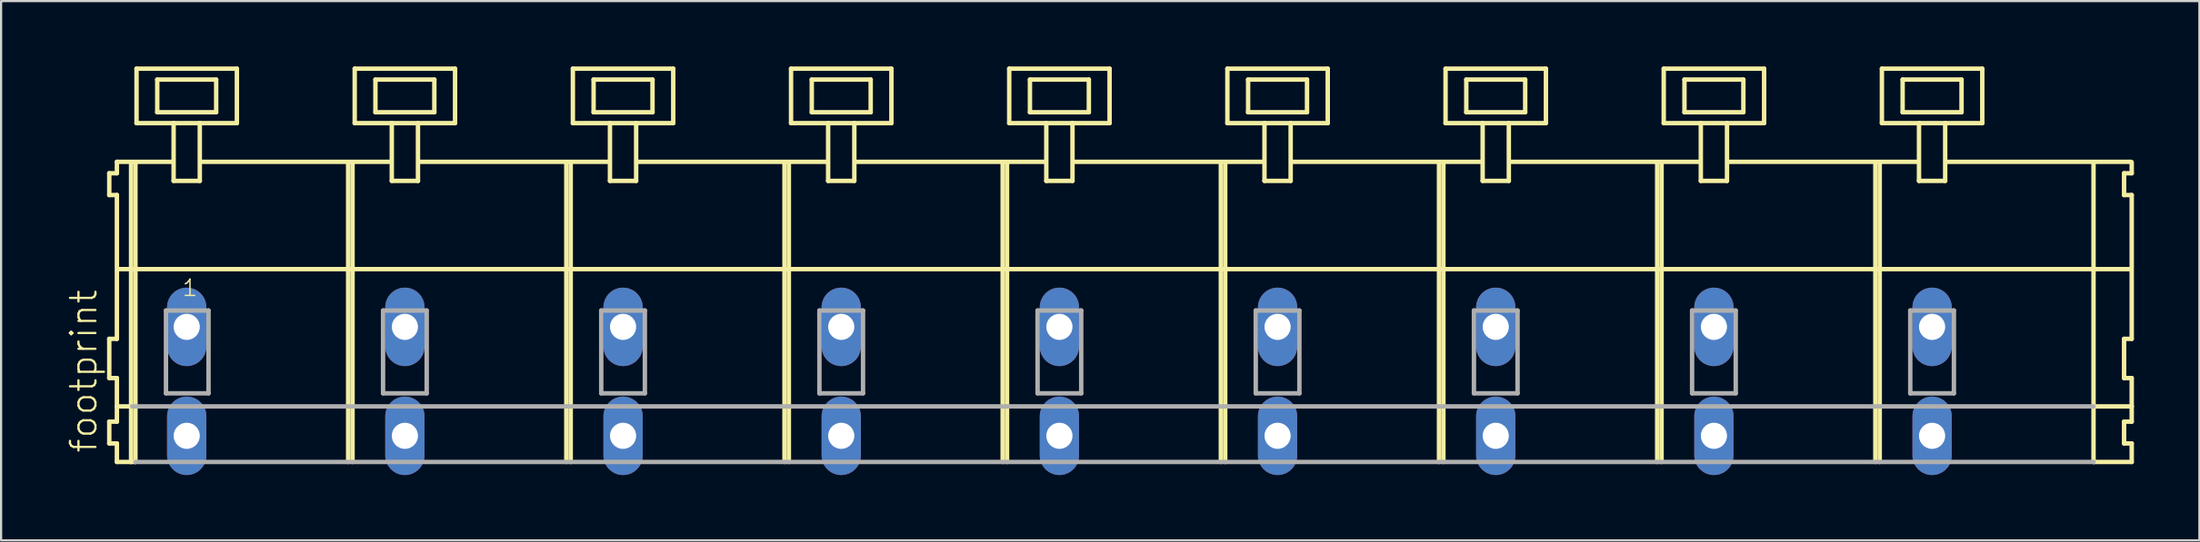
<source format=kicad_pcb>
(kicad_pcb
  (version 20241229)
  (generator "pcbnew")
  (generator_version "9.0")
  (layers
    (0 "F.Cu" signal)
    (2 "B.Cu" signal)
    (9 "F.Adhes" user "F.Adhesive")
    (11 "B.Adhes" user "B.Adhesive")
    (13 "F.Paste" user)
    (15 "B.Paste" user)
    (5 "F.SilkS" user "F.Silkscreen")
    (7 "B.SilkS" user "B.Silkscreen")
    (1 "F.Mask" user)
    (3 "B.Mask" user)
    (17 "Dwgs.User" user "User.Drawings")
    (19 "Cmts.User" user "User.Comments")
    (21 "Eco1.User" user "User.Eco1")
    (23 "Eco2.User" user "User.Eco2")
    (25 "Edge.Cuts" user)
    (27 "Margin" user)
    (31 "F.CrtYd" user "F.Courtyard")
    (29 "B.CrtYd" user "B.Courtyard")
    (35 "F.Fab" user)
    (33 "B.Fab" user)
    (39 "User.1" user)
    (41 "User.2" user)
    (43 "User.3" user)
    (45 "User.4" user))
  (footprint "footprint"
    (layer "F.Cu")
    (at 43.008 11.952)
    (property "Reference" "footprint" (at -41.535 5.855 90) (layer "F.SilkS") (effects (font (size 1.168 1.168) (thickness 0.102)) (justify left bottom)))
    (fp_line (start -41.05 -7.05) (end -41.05 -6.05) (stroke (width 0.203) (type solid)) (layer "F.SilkS"))
    (fp_line (start -41.05 -6.05) (end -40.7 -6.05) (stroke (width 0.203) (type solid)) (layer "F.SilkS"))
    (fp_line (start -41.05 0.55) (end -41.05 2.35) (stroke (width 0.203) (type solid)) (layer "F.SilkS"))
    (fp_line (start -41.05 2.35) (end -40.7 2.35) (stroke (width 0.203) (type solid)) (layer "F.SilkS"))
    (fp_line (start -41.05 4.35) (end -41.05 5.35) (stroke (width 0.203) (type solid)) (layer "F.SilkS"))
    (fp_line (start -41.05 5.35) (end -40.7 5.35) (stroke (width 0.203) (type solid)) (layer "F.SilkS"))
    (fp_line (start -40.7 -7.575) (end -40.7 -7.05) (stroke (width 0.203) (type solid)) (layer "F.SilkS"))
    (fp_line (start -40.7 -7.575) (end -38.125 -7.575) (stroke (width 0.203) (type solid)) (layer "F.SilkS"))
    (fp_line (start -40.7 -7.05) (end -41.05 -7.05) (stroke (width 0.203) (type solid)) (layer "F.SilkS"))
    (fp_line (start -40.7 -6.05) (end -40.7 0.55) (stroke (width 0.203) (type solid)) (layer "F.SilkS"))
    (fp_line (start -40.7 0.55) (end -41.05 0.55) (stroke (width 0.203) (type solid)) (layer "F.SilkS"))
    (fp_line (start -40.7 2.35) (end -40.7 4.35) (stroke (width 0.203) (type solid)) (layer "F.SilkS"))
    (fp_line (start -40.7 3.65) (end -40 3.65) (stroke (width 0.203) (type solid)) (layer "F.SilkS"))
    (fp_line (start -40.7 4.35) (end -41.05 4.35) (stroke (width 0.203) (type solid)) (layer "F.SilkS"))
    (fp_line (start -40.7 5.35) (end -40.7 6.2) (stroke (width 0.203) (type solid)) (layer "F.SilkS"))
    (fp_line (start -40.7 6.2) (end -40.05 6.2) (stroke (width 0.203) (type solid)) (layer "F.SilkS"))
    (fp_line (start -40.65 -2.65) (end 51.6 -2.65) (stroke (width 0.203) (type solid)) (layer "F.SilkS"))
    (fp_line (start -40.05 -7.55) (end -40.05 6.2) (stroke (width 0.203) (type solid)) (layer "F.SilkS"))
    (fp_line (start -40.05 6.2) (end -39.85 6.2) (stroke (width 0.203) (type solid)) (layer "F.SilkS"))
    (fp_line (start -39.85 -7.55) (end -39.85 6.2) (stroke (width 0.203) (type solid)) (layer "F.SilkS"))
    (fp_line (start -39.8 -11.85) (end -39.8 -9.35) (stroke (width 0.203) (type solid)) (layer "F.SilkS"))
    (fp_line (start -39.8 -9.35) (end -38.1 -9.35) (stroke (width 0.203) (type solid)) (layer "F.SilkS"))
    (fp_line (start -38.85 -11.35) (end -38.85 -9.85) (stroke (width 0.203) (type solid)) (layer "F.SilkS"))
    (fp_line (start -38.85 -9.85) (end -36.15 -9.85) (stroke (width 0.203) (type solid)) (layer "F.SilkS"))
    (fp_line (start -38.1 -9.35) (end -38.1 -6.7) (stroke (width 0.203) (type solid)) (layer "F.SilkS"))
    (fp_line (start -38.1 -9.35) (end -36.9 -9.35) (stroke (width 0.203) (type solid)) (layer "F.SilkS"))
    (fp_line (start -38.1 -6.7) (end -36.9 -6.7) (stroke (width 0.203) (type solid)) (layer "F.SilkS"))
    (fp_line (start -36.9 -9.35) (end -35.2 -9.35) (stroke (width 0.203) (type solid)) (layer "F.SilkS"))
    (fp_line (start -36.9 -6.7) (end -36.9 -9.35) (stroke (width 0.203) (type solid)) (layer "F.SilkS"))
    (fp_line (start -36.825 -7.575) (end -28.125 -7.575) (stroke (width 0.203) (type solid)) (layer "F.SilkS"))
    (fp_line (start -36.15 -11.35) (end -38.85 -11.35) (stroke (width 0.203) (type solid)) (layer "F.SilkS"))
    (fp_line (start -36.15 -9.85) (end -36.15 -11.35) (stroke (width 0.203) (type solid)) (layer "F.SilkS"))
    (fp_line (start -35.2 -11.85) (end -39.8 -11.85) (stroke (width 0.203) (type solid)) (layer "F.SilkS"))
    (fp_line (start -35.2 -9.35) (end -35.2 -11.85) (stroke (width 0.203) (type solid)) (layer "F.SilkS"))
    (fp_line (start -30.1 -7.55) (end -30.1 6.2) (stroke (width 0.203) (type solid)) (layer "F.SilkS"))
    (fp_line (start -29.9 -7.55) (end -29.9 6.2) (stroke (width 0.203) (type solid)) (layer "F.SilkS"))
    (fp_line (start -29.8 -11.85) (end -29.8 -9.35) (stroke (width 0.203) (type solid)) (layer "F.SilkS"))
    (fp_line (start -29.8 -9.35) (end -28.1 -9.35) (stroke (width 0.203) (type solid)) (layer "F.SilkS"))
    (fp_line (start -28.85 -11.35) (end -28.85 -9.85) (stroke (width 0.203) (type solid)) (layer "F.SilkS"))
    (fp_line (start -28.85 -9.85) (end -26.15 -9.85) (stroke (width 0.203) (type solid)) (layer "F.SilkS"))
    (fp_line (start -28.1 -9.35) (end -28.1 -6.7) (stroke (width 0.203) (type solid)) (layer "F.SilkS"))
    (fp_line (start -28.1 -9.35) (end -26.9 -9.35) (stroke (width 0.203) (type solid)) (layer "F.SilkS"))
    (fp_line (start -28.1 -6.7) (end -26.9 -6.7) (stroke (width 0.203) (type solid)) (layer "F.SilkS"))
    (fp_line (start -26.9 -9.35) (end -25.2 -9.35) (stroke (width 0.203) (type solid)) (layer "F.SilkS"))
    (fp_line (start -26.9 -6.7) (end -26.9 -9.35) (stroke (width 0.203) (type solid)) (layer "F.SilkS"))
    (fp_line (start -26.825 -7.575) (end -18.125 -7.575) (stroke (width 0.203) (type solid)) (layer "F.SilkS"))
    (fp_line (start -26.15 -11.35) (end -28.85 -11.35) (stroke (width 0.203) (type solid)) (layer "F.SilkS"))
    (fp_line (start -26.15 -9.85) (end -26.15 -11.35) (stroke (width 0.203) (type solid)) (layer "F.SilkS"))
    (fp_line (start -25.2 -11.85) (end -29.8 -11.85) (stroke (width 0.203) (type solid)) (layer "F.SilkS"))
    (fp_line (start -25.2 -9.35) (end -25.2 -11.85) (stroke (width 0.203) (type solid)) (layer "F.SilkS"))
    (fp_line (start -20.1 -7.55) (end -20.1 6.2) (stroke (width 0.203) (type solid)) (layer "F.SilkS"))
    (fp_line (start -19.9 -7.55) (end -19.9 6.2) (stroke (width 0.203) (type solid)) (layer "F.SilkS"))
    (fp_line (start -19.8 -11.85) (end -19.8 -9.35) (stroke (width 0.203) (type solid)) (layer "F.SilkS"))
    (fp_line (start -19.8 -9.35) (end -18.1 -9.35) (stroke (width 0.203) (type solid)) (layer "F.SilkS"))
    (fp_line (start -18.85 -11.35) (end -18.85 -9.85) (stroke (width 0.203) (type solid)) (layer "F.SilkS"))
    (fp_line (start -18.85 -9.85) (end -16.15 -9.85) (stroke (width 0.203) (type solid)) (layer "F.SilkS"))
    (fp_line (start -18.1 -9.35) (end -18.1 -6.7) (stroke (width 0.203) (type solid)) (layer "F.SilkS"))
    (fp_line (start -18.1 -9.35) (end -16.9 -9.35) (stroke (width 0.203) (type solid)) (layer "F.SilkS"))
    (fp_line (start -18.1 -6.7) (end -16.9 -6.7) (stroke (width 0.203) (type solid)) (layer "F.SilkS"))
    (fp_line (start -16.9 -9.35) (end -15.2 -9.35) (stroke (width 0.203) (type solid)) (layer "F.SilkS"))
    (fp_line (start -16.9 -6.7) (end -16.9 -9.35) (stroke (width 0.203) (type solid)) (layer "F.SilkS"))
    (fp_line (start -16.825 -7.575) (end -8.125 -7.575) (stroke (width 0.203) (type solid)) (layer "F.SilkS"))
    (fp_line (start -16.15 -11.35) (end -18.85 -11.35) (stroke (width 0.203) (type solid)) (layer "F.SilkS"))
    (fp_line (start -16.15 -9.85) (end -16.15 -11.35) (stroke (width 0.203) (type solid)) (layer "F.SilkS"))
    (fp_line (start -15.2 -11.85) (end -19.8 -11.85) (stroke (width 0.203) (type solid)) (layer "F.SilkS"))
    (fp_line (start -15.2 -9.35) (end -15.2 -11.85) (stroke (width 0.203) (type solid)) (layer "F.SilkS"))
    (fp_line (start -10.1 -7.55) (end -10.1 6.2) (stroke (width 0.203) (type solid)) (layer "F.SilkS"))
    (fp_line (start -9.9 -7.55) (end -9.9 6.2) (stroke (width 0.203) (type solid)) (layer "F.SilkS"))
    (fp_line (start -9.8 -11.85) (end -9.8 -9.35) (stroke (width 0.203) (type solid)) (layer "F.SilkS"))
    (fp_line (start -9.8 -9.35) (end -8.1 -9.35) (stroke (width 0.203) (type solid)) (layer "F.SilkS"))
    (fp_line (start -8.85 -11.35) (end -8.85 -9.85) (stroke (width 0.203) (type solid)) (layer "F.SilkS"))
    (fp_line (start -8.85 -9.85) (end -6.15 -9.85) (stroke (width 0.203) (type solid)) (layer "F.SilkS"))
    (fp_line (start -8.1 -9.35) (end -8.1 -6.7) (stroke (width 0.203) (type solid)) (layer "F.SilkS"))
    (fp_line (start -8.1 -9.35) (end -6.9 -9.35) (stroke (width 0.203) (type solid)) (layer "F.SilkS"))
    (fp_line (start -8.1 -6.7) (end -6.9 -6.7) (stroke (width 0.203) (type solid)) (layer "F.SilkS"))
    (fp_line (start -6.9 -9.35) (end -5.2 -9.35) (stroke (width 0.203) (type solid)) (layer "F.SilkS"))
    (fp_line (start -6.9 -6.7) (end -6.9 -9.35) (stroke (width 0.203) (type solid)) (layer "F.SilkS"))
    (fp_line (start -6.825 -7.575) (end 1.875 -7.575) (stroke (width 0.203) (type solid)) (layer "F.SilkS"))
    (fp_line (start -6.15 -11.35) (end -8.85 -11.35) (stroke (width 0.203) (type solid)) (layer "F.SilkS"))
    (fp_line (start -6.15 -9.85) (end -6.15 -11.35) (stroke (width 0.203) (type solid)) (layer "F.SilkS"))
    (fp_line (start -5.2 -11.85) (end -9.8 -11.85) (stroke (width 0.203) (type solid)) (layer "F.SilkS"))
    (fp_line (start -5.2 -9.35) (end -5.2 -11.85) (stroke (width 0.203) (type solid)) (layer "F.SilkS"))
    (fp_line (start -0.1 -7.55) (end -0.1 6.2) (stroke (width 0.203) (type solid)) (layer "F.SilkS"))
    (fp_line (start 0.1 -7.55) (end 0.1 6.2) (stroke (width 0.203) (type solid)) (layer "F.SilkS"))
    (fp_line (start 0.2 -11.85) (end 0.2 -9.35) (stroke (width 0.203) (type solid)) (layer "F.SilkS"))
    (fp_line (start 0.2 -9.35) (end 1.9 -9.35) (stroke (width 0.203) (type solid)) (layer "F.SilkS"))
    (fp_line (start 1.15 -11.35) (end 1.15 -9.85) (stroke (width 0.203) (type solid)) (layer "F.SilkS"))
    (fp_line (start 1.15 -9.85) (end 3.85 -9.85) (stroke (width 0.203) (type solid)) (layer "F.SilkS"))
    (fp_line (start 1.9 -9.35) (end 1.9 -6.7) (stroke (width 0.203) (type solid)) (layer "F.SilkS"))
    (fp_line (start 1.9 -9.35) (end 3.1 -9.35) (stroke (width 0.203) (type solid)) (layer "F.SilkS"))
    (fp_line (start 1.9 -6.7) (end 3.1 -6.7) (stroke (width 0.203) (type solid)) (layer "F.SilkS"))
    (fp_line (start 3.1 -9.35) (end 4.8 -9.35) (stroke (width 0.203) (type solid)) (layer "F.SilkS"))
    (fp_line (start 3.1 -6.7) (end 3.1 -9.35) (stroke (width 0.203) (type solid)) (layer "F.SilkS"))
    (fp_line (start 3.175 -7.575) (end 11.875 -7.575) (stroke (width 0.203) (type solid)) (layer "F.SilkS"))
    (fp_line (start 3.85 -11.35) (end 1.15 -11.35) (stroke (width 0.203) (type solid)) (layer "F.SilkS"))
    (fp_line (start 3.85 -9.85) (end 3.85 -11.35) (stroke (width 0.203) (type solid)) (layer "F.SilkS"))
    (fp_line (start 4.8 -11.85) (end 0.2 -11.85) (stroke (width 0.203) (type solid)) (layer "F.SilkS"))
    (fp_line (start 4.8 -9.35) (end 4.8 -11.85) (stroke (width 0.203) (type solid)) (layer "F.SilkS"))
    (fp_line (start 9.9 -7.55) (end 9.9 6.2) (stroke (width 0.203) (type solid)) (layer "F.SilkS"))
    (fp_line (start 10.1 -7.55) (end 10.1 6.2) (stroke (width 0.203) (type solid)) (layer "F.SilkS"))
    (fp_line (start 10.2 -11.85) (end 10.2 -9.35) (stroke (width 0.203) (type solid)) (layer "F.SilkS"))
    (fp_line (start 10.2 -9.35) (end 11.9 -9.35) (stroke (width 0.203) (type solid)) (layer "F.SilkS"))
    (fp_line (start 11.15 -11.35) (end 11.15 -9.85) (stroke (width 0.203) (type solid)) (layer "F.SilkS"))
    (fp_line (start 11.15 -9.85) (end 13.85 -9.85) (stroke (width 0.203) (type solid)) (layer "F.SilkS"))
    (fp_line (start 11.9 -9.35) (end 11.9 -6.7) (stroke (width 0.203) (type solid)) (layer "F.SilkS"))
    (fp_line (start 11.9 -9.35) (end 13.1 -9.35) (stroke (width 0.203) (type solid)) (layer "F.SilkS"))
    (fp_line (start 11.9 -6.7) (end 13.1 -6.7) (stroke (width 0.203) (type solid)) (layer "F.SilkS"))
    (fp_line (start 13.1 -9.35) (end 14.8 -9.35) (stroke (width 0.203) (type solid)) (layer "F.SilkS"))
    (fp_line (start 13.1 -6.7) (end 13.1 -9.35) (stroke (width 0.203) (type solid)) (layer "F.SilkS"))
    (fp_line (start 13.175 -7.575) (end 21.875 -7.575) (stroke (width 0.203) (type solid)) (layer "F.SilkS"))
    (fp_line (start 13.85 -11.35) (end 11.15 -11.35) (stroke (width 0.203) (type solid)) (layer "F.SilkS"))
    (fp_line (start 13.85 -9.85) (end 13.85 -11.35) (stroke (width 0.203) (type solid)) (layer "F.SilkS"))
    (fp_line (start 14.8 -11.85) (end 10.2 -11.85) (stroke (width 0.203) (type solid)) (layer "F.SilkS"))
    (fp_line (start 14.8 -9.35) (end 14.8 -11.85) (stroke (width 0.203) (type solid)) (layer "F.SilkS"))
    (fp_line (start 19.9 -7.55) (end 19.9 6.2) (stroke (width 0.203) (type solid)) (layer "F.SilkS"))
    (fp_line (start 20.1 -7.55) (end 20.1 6.2) (stroke (width 0.203) (type solid)) (layer "F.SilkS"))
    (fp_line (start 20.2 -11.85) (end 20.2 -9.35) (stroke (width 0.203) (type solid)) (layer "F.SilkS"))
    (fp_line (start 20.2 -9.35) (end 21.9 -9.35) (stroke (width 0.203) (type solid)) (layer "F.SilkS"))
    (fp_line (start 21.15 -11.35) (end 21.15 -9.85) (stroke (width 0.203) (type solid)) (layer "F.SilkS"))
    (fp_line (start 21.15 -9.85) (end 23.85 -9.85) (stroke (width 0.203) (type solid)) (layer "F.SilkS"))
    (fp_line (start 21.9 -9.35) (end 21.9 -6.7) (stroke (width 0.203) (type solid)) (layer "F.SilkS"))
    (fp_line (start 21.9 -9.35) (end 23.1 -9.35) (stroke (width 0.203) (type solid)) (layer "F.SilkS"))
    (fp_line (start 21.9 -6.7) (end 23.1 -6.7) (stroke (width 0.203) (type solid)) (layer "F.SilkS"))
    (fp_line (start 23.1 -9.35) (end 24.8 -9.35) (stroke (width 0.203) (type solid)) (layer "F.SilkS"))
    (fp_line (start 23.1 -6.7) (end 23.1 -9.35) (stroke (width 0.203) (type solid)) (layer "F.SilkS"))
    (fp_line (start 23.175 -7.575) (end 31.875 -7.575) (stroke (width 0.203) (type solid)) (layer "F.SilkS"))
    (fp_line (start 23.85 -11.35) (end 21.15 -11.35) (stroke (width 0.203) (type solid)) (layer "F.SilkS"))
    (fp_line (start 23.85 -9.85) (end 23.85 -11.35) (stroke (width 0.203) (type solid)) (layer "F.SilkS"))
    (fp_line (start 24.8 -11.85) (end 20.2 -11.85) (stroke (width 0.203) (type solid)) (layer "F.SilkS"))
    (fp_line (start 24.8 -9.35) (end 24.8 -11.85) (stroke (width 0.203) (type solid)) (layer "F.SilkS"))
    (fp_line (start 29.9 -7.55) (end 29.9 6.2) (stroke (width 0.203) (type solid)) (layer "F.SilkS"))
    (fp_line (start 30.1 -7.55) (end 30.1 6.2) (stroke (width 0.203) (type solid)) (layer "F.SilkS"))
    (fp_line (start 30.2 -11.85) (end 30.2 -9.35) (stroke (width 0.203) (type solid)) (layer "F.SilkS"))
    (fp_line (start 30.2 -9.35) (end 31.9 -9.35) (stroke (width 0.203) (type solid)) (layer "F.SilkS"))
    (fp_line (start 31.15 -11.35) (end 31.15 -9.85) (stroke (width 0.203) (type solid)) (layer "F.SilkS"))
    (fp_line (start 31.15 -9.85) (end 33.85 -9.85) (stroke (width 0.203) (type solid)) (layer "F.SilkS"))
    (fp_line (start 31.9 -9.35) (end 31.9 -6.7) (stroke (width 0.203) (type solid)) (layer "F.SilkS"))
    (fp_line (start 31.9 -9.35) (end 33.1 -9.35) (stroke (width 0.203) (type solid)) (layer "F.SilkS"))
    (fp_line (start 31.9 -6.7) (end 33.1 -6.7) (stroke (width 0.203) (type solid)) (layer "F.SilkS"))
    (fp_line (start 33.1 -9.35) (end 34.8 -9.35) (stroke (width 0.203) (type solid)) (layer "F.SilkS"))
    (fp_line (start 33.1 -6.7) (end 33.1 -9.35) (stroke (width 0.203) (type solid)) (layer "F.SilkS"))
    (fp_line (start 33.175 -7.575) (end 41.875 -7.575) (stroke (width 0.203) (type solid)) (layer "F.SilkS"))
    (fp_line (start 33.85 -11.35) (end 31.15 -11.35) (stroke (width 0.203) (type solid)) (layer "F.SilkS"))
    (fp_line (start 33.85 -9.85) (end 33.85 -11.35) (stroke (width 0.203) (type solid)) (layer "F.SilkS"))
    (fp_line (start 34.8 -11.85) (end 30.2 -11.85) (stroke (width 0.203) (type solid)) (layer "F.SilkS"))
    (fp_line (start 34.8 -9.35) (end 34.8 -11.85) (stroke (width 0.203) (type solid)) (layer "F.SilkS"))
    (fp_line (start 39.9 -7.55) (end 39.9 6.2) (stroke (width 0.203) (type solid)) (layer "F.SilkS"))
    (fp_line (start 40.1 -7.55) (end 40.1 6.2) (stroke (width 0.203) (type solid)) (layer "F.SilkS"))
    (fp_line (start 40.2 -11.85) (end 40.2 -9.35) (stroke (width 0.203) (type solid)) (layer "F.SilkS"))
    (fp_line (start 40.2 -9.35) (end 41.9 -9.35) (stroke (width 0.203) (type solid)) (layer "F.SilkS"))
    (fp_line (start 41.15 -11.35) (end 41.15 -9.85) (stroke (width 0.203) (type solid)) (layer "F.SilkS"))
    (fp_line (start 41.15 -9.85) (end 43.85 -9.85) (stroke (width 0.203) (type solid)) (layer "F.SilkS"))
    (fp_line (start 41.9 -9.35) (end 41.9 -6.7) (stroke (width 0.203) (type solid)) (layer "F.SilkS"))
    (fp_line (start 41.9 -9.35) (end 43.1 -9.35) (stroke (width 0.203) (type solid)) (layer "F.SilkS"))
    (fp_line (start 41.9 -6.7) (end 43.1 -6.7) (stroke (width 0.203) (type solid)) (layer "F.SilkS"))
    (fp_line (start 43.1 -9.35) (end 44.8 -9.35) (stroke (width 0.203) (type solid)) (layer "F.SilkS"))
    (fp_line (start 43.1 -6.7) (end 43.1 -9.35) (stroke (width 0.203) (type solid)) (layer "F.SilkS"))
    (fp_line (start 43.125 -7.575) (end 51.625 -7.575) (stroke (width 0.203) (type solid)) (layer "F.SilkS"))
    (fp_line (start 43.85 -11.35) (end 41.15 -11.35) (stroke (width 0.203) (type solid)) (layer "F.SilkS"))
    (fp_line (start 43.85 -9.85) (end 43.85 -11.35) (stroke (width 0.203) (type solid)) (layer "F.SilkS"))
    (fp_line (start 44.8 -11.85) (end 40.2 -11.85) (stroke (width 0.203) (type solid)) (layer "F.SilkS"))
    (fp_line (start 44.8 -9.35) (end 44.8 -11.85) (stroke (width 0.203) (type solid)) (layer "F.SilkS"))
    (fp_line (start 49.9 -7.55) (end 49.9 6.2) (stroke (width 0.203) (type solid)) (layer "F.SilkS"))
    (fp_line (start 49.9 6.2) (end 51.65 6.2) (stroke (width 0.203) (type solid)) (layer "F.SilkS"))
    (fp_line (start 49.95 3.65) (end 51.65 3.65) (stroke (width 0.203) (type solid)) (layer "F.SilkS"))
    (fp_line (start 51.3 -7.05) (end 51.3 -6.05) (stroke (width 0.203) (type solid)) (layer "F.SilkS"))
    (fp_line (start 51.3 -6.05) (end 51.65 -6.05) (stroke (width 0.203) (type solid)) (layer "F.SilkS"))
    (fp_line (start 51.3 0.55) (end 51.3 2.35) (stroke (width 0.203) (type solid)) (layer "F.SilkS"))
    (fp_line (start 51.3 2.35) (end 51.65 2.35) (stroke (width 0.203) (type solid)) (layer "F.SilkS"))
    (fp_line (start 51.3 4.35) (end 51.3 5.35) (stroke (width 0.203) (type solid)) (layer "F.SilkS"))
    (fp_line (start 51.3 5.35) (end 51.65 5.35) (stroke (width 0.203) (type solid)) (layer "F.SilkS"))
    (fp_line (start 51.65 -7.05) (end 51.3 -7.05) (stroke (width 0.203) (type solid)) (layer "F.SilkS"))
    (fp_line (start 51.65 -7.05) (end 51.65 -7.55) (stroke (width 0.203) (type solid)) (layer "F.SilkS"))
    (fp_line (start 51.65 0.55) (end 51.3 0.55) (stroke (width 0.203) (type solid)) (layer "F.SilkS"))
    (fp_line (start 51.65 0.55) (end 51.65 -6.05) (stroke (width 0.203) (type solid)) (layer "F.SilkS"))
    (fp_line (start 51.65 3.65) (end 51.65 2.35) (stroke (width 0.203) (type solid)) (layer "F.SilkS"))
    (fp_line (start 51.65 4.35) (end 51.3 4.35) (stroke (width 0.203) (type solid)) (layer "F.SilkS"))
    (fp_line (start 51.65 4.35) (end 51.65 3.65) (stroke (width 0.203) (type solid)) (layer "F.SilkS"))
    (fp_line (start 51.65 6.2) (end 51.65 5.35) (stroke (width 0.203) (type solid)) (layer "F.SilkS"))
    (fp_line (start -40 3.65) (end 49.9 3.65) (stroke (width 0.203) (type solid)) (layer "F.Fab"))
    (fp_line (start -39.85 6.2) (end 49.9 6.2) (stroke (width 0.203) (type solid)) (layer "F.Fab"))
    (fp_line (start -38.45 -0.75) (end -38.45 3.05) (stroke (width 0.203) (type solid)) (layer "F.Fab"))
    (fp_line (start -38.45 3.05) (end -36.5 3.05) (stroke (width 0.203) (type solid)) (layer "F.Fab"))
    (fp_line (start -36.5 -0.75) (end -38.45 -0.75) (stroke (width 0.203) (type solid)) (layer "F.Fab"))
    (fp_line (start -36.5 3.05) (end -36.5 -0.75) (stroke (width 0.203) (type solid)) (layer "F.Fab"))
    (fp_line (start -28.5 -0.75) (end -28.5 3.05) (stroke (width 0.203) (type solid)) (layer "F.Fab"))
    (fp_line (start -28.5 3.05) (end -26.5 3.05) (stroke (width 0.203) (type solid)) (layer "F.Fab"))
    (fp_line (start -26.5 -0.75) (end -28.5 -0.75) (stroke (width 0.203) (type solid)) (layer "F.Fab"))
    (fp_line (start -26.5 3.05) (end -26.5 -0.75) (stroke (width 0.203) (type solid)) (layer "F.Fab"))
    (fp_line (start -18.5 -0.75) (end -18.5 3.05) (stroke (width 0.203) (type solid)) (layer "F.Fab"))
    (fp_line (start -18.5 3.05) (end -16.5 3.05) (stroke (width 0.203) (type solid)) (layer "F.Fab"))
    (fp_line (start -16.5 -0.75) (end -18.5 -0.75) (stroke (width 0.203) (type solid)) (layer "F.Fab"))
    (fp_line (start -16.5 3.05) (end -16.5 -0.75) (stroke (width 0.203) (type solid)) (layer "F.Fab"))
    (fp_line (start -8.5 -0.75) (end -8.5 3.05) (stroke (width 0.203) (type solid)) (layer "F.Fab"))
    (fp_line (start -8.5 3.05) (end -6.5 3.05) (stroke (width 0.203) (type solid)) (layer "F.Fab"))
    (fp_line (start -6.5 -0.75) (end -8.5 -0.75) (stroke (width 0.203) (type solid)) (layer "F.Fab"))
    (fp_line (start -6.5 3.05) (end -6.5 -0.75) (stroke (width 0.203) (type solid)) (layer "F.Fab"))
    (fp_line (start 1.5 -0.75) (end 1.5 3.05) (stroke (width 0.203) (type solid)) (layer "F.Fab"))
    (fp_line (start 1.5 3.05) (end 3.5 3.05) (stroke (width 0.203) (type solid)) (layer "F.Fab"))
    (fp_line (start 3.5 -0.75) (end 1.5 -0.75) (stroke (width 0.203) (type solid)) (layer "F.Fab"))
    (fp_line (start 3.5 3.05) (end 3.5 -0.75) (stroke (width 0.203) (type solid)) (layer "F.Fab"))
    (fp_line (start 11.5 -0.75) (end 11.5 3.05) (stroke (width 0.203) (type solid)) (layer "F.Fab"))
    (fp_line (start 11.5 3.05) (end 13.5 3.05) (stroke (width 0.203) (type solid)) (layer "F.Fab"))
    (fp_line (start 13.5 -0.75) (end 11.5 -0.75) (stroke (width 0.203) (type solid)) (layer "F.Fab"))
    (fp_line (start 13.5 3.05) (end 13.5 -0.75) (stroke (width 0.203) (type solid)) (layer "F.Fab"))
    (fp_line (start 21.5 -0.75) (end 21.5 3.05) (stroke (width 0.203) (type solid)) (layer "F.Fab"))
    (fp_line (start 21.5 3.05) (end 23.5 3.05) (stroke (width 0.203) (type solid)) (layer "F.Fab"))
    (fp_line (start 23.5 -0.75) (end 21.5 -0.75) (stroke (width 0.203) (type solid)) (layer "F.Fab"))
    (fp_line (start 23.5 3.05) (end 23.5 -0.75) (stroke (width 0.203) (type solid)) (layer "F.Fab"))
    (fp_line (start 31.5 -0.75) (end 31.5 3.05) (stroke (width 0.203) (type solid)) (layer "F.Fab"))
    (fp_line (start 31.5 3.05) (end 33.5 3.05) (stroke (width 0.203) (type solid)) (layer "F.Fab"))
    (fp_line (start 33.5 -0.75) (end 31.5 -0.75) (stroke (width 0.203) (type solid)) (layer "F.Fab"))
    (fp_line (start 33.5 3.05) (end 33.5 -0.75) (stroke (width 0.203) (type solid)) (layer "F.Fab"))
    (fp_line (start 41.5 -0.75) (end 41.5 3.05) (stroke (width 0.203) (type solid)) (layer "F.Fab"))
    (fp_line (start 41.5 3.05) (end 43.5 3.05) (stroke (width 0.203) (type solid)) (layer "F.Fab"))
    (fp_line (start 43.5 -0.75) (end 41.5 -0.75) (stroke (width 0.203) (type solid)) (layer "F.Fab"))
    (fp_line (start 43.5 3.05) (end 43.5 -0.75) (stroke (width 0.203) (type solid)) (layer "F.Fab"))
    (fp_text user "1" (at -37.75 -1.35 0) (layer "F.SilkS") (effects (font (size 0.748 0.748) (thickness 0.065)) (justify left bottom)))
    (pad "A1" thru_hole oval (at -37.5 0 90) (size 3.6 1.8) (drill 1.2) (layers "*.Cu" "*.Mask"))
    (pad "A2" thru_hole oval (at -27.5 0 90) (size 3.6 1.8) (drill 1.2) (layers "*.Cu" "*.Mask"))
    (pad "A3" thru_hole oval (at -17.5 0 90) (size 3.6 1.8) (drill 1.2) (layers "*.Cu" "*.Mask"))
    (pad "A4" thru_hole oval (at -7.5 0 90) (size 3.6 1.8) (drill 1.2) (layers "*.Cu" "*.Mask"))
    (pad "A5" thru_hole oval (at 2.5 0 90) (size 3.6 1.8) (drill 1.2) (layers "*.Cu" "*.Mask"))
    (pad "A6" thru_hole oval (at 12.5 0 90) (size 3.6 1.8) (drill 1.2) (layers "*.Cu" "*.Mask"))
    (pad "A7" thru_hole oval (at 22.5 0 90) (size 3.6 1.8) (drill 1.2) (layers "*.Cu" "*.Mask"))
    (pad "A8" thru_hole oval (at 32.5 0 90) (size 3.6 1.8) (drill 1.2) (layers "*.Cu" "*.Mask"))
    (pad "A9" thru_hole oval (at 42.5 0 90) (size 3.6 1.8) (drill 1.2) (layers "*.Cu" "*.Mask"))
    (pad "B1" thru_hole oval (at -37.5 5 90) (size 3.6 1.8) (drill 1.2) (layers "*.Cu" "*.Mask"))
    (pad "B2" thru_hole oval (at -27.5 5 90) (size 3.6 1.8) (drill 1.2) (layers "*.Cu" "*.Mask"))
    (pad "B3" thru_hole oval (at -17.5 5 90) (size 3.6 1.8) (drill 1.2) (layers "*.Cu" "*.Mask"))
    (pad "B4" thru_hole oval (at -7.5 5 90) (size 3.6 1.8) (drill 1.2) (layers "*.Cu" "*.Mask"))
    (pad "B5" thru_hole oval (at 2.5 5 90) (size 3.6 1.8) (drill 1.2) (layers "*.Cu" "*.Mask"))
    (pad "B6" thru_hole oval (at 12.5 5 90) (size 3.6 1.8) (drill 1.2) (layers "*.Cu" "*.Mask"))
    (pad "B7" thru_hole oval (at 22.5 5 90) (size 3.6 1.8) (drill 1.2) (layers "*.Cu" "*.Mask"))
    (pad "B8" thru_hole oval (at 32.5 5 90) (size 3.6 1.8) (drill 1.2) (layers "*.Cu" "*.Mask"))
    (pad "B9" thru_hole oval (at 42.5 5 90) (size 3.6 1.8) (drill 1.2) (layers "*.Cu" "*.Mask")))
  (gr_rect
    (start -3 -3)
    (end 97.76 21.752)
    (stroke (width 0.1) (type default))
    (fill no)
    (layer "Edge.Cuts")))
</source>
